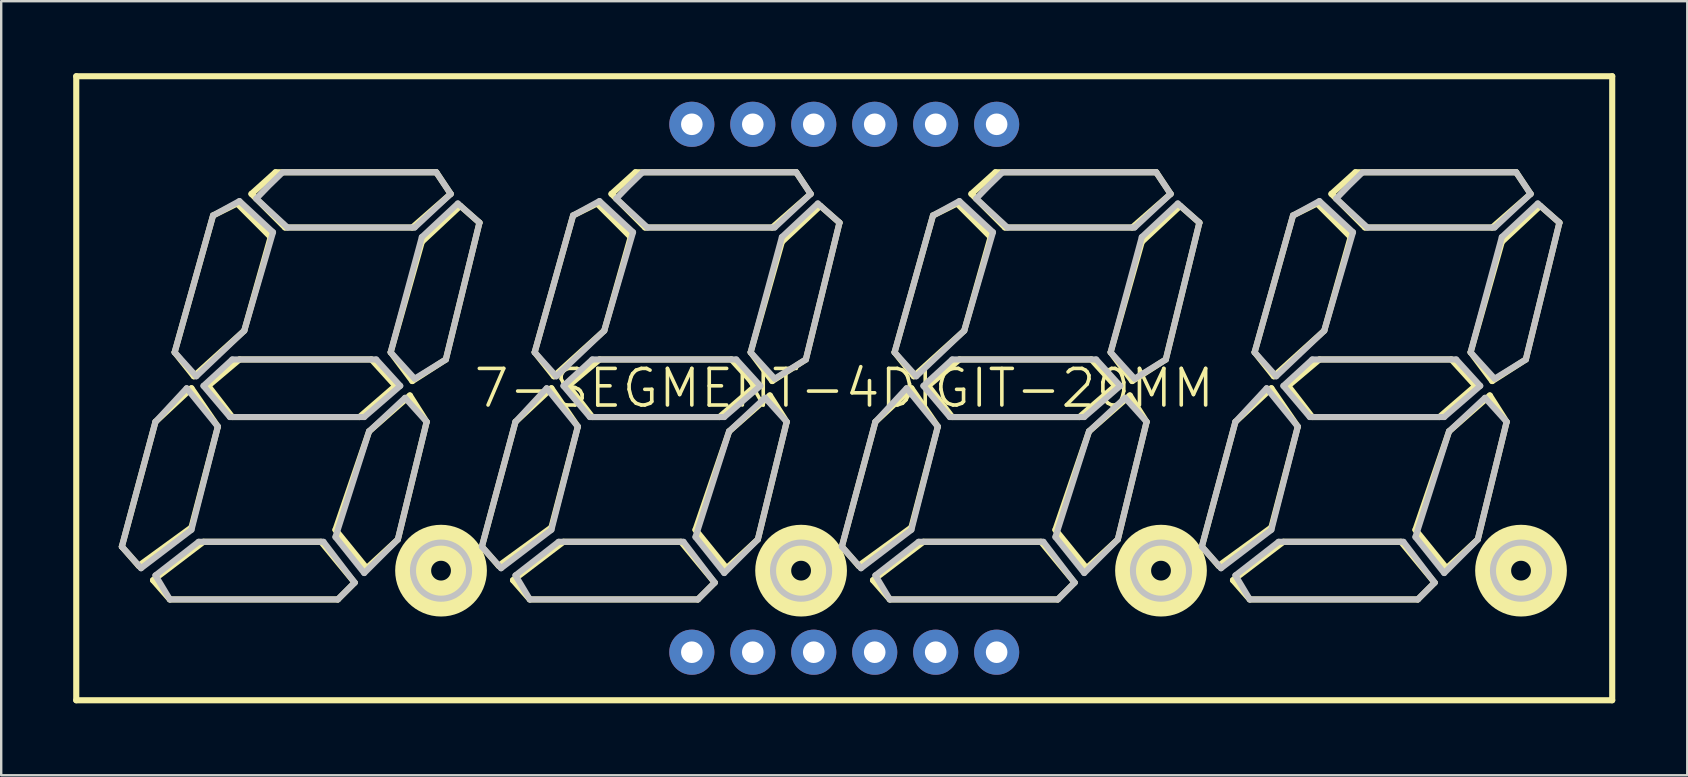
<source format=kicad_pcb>
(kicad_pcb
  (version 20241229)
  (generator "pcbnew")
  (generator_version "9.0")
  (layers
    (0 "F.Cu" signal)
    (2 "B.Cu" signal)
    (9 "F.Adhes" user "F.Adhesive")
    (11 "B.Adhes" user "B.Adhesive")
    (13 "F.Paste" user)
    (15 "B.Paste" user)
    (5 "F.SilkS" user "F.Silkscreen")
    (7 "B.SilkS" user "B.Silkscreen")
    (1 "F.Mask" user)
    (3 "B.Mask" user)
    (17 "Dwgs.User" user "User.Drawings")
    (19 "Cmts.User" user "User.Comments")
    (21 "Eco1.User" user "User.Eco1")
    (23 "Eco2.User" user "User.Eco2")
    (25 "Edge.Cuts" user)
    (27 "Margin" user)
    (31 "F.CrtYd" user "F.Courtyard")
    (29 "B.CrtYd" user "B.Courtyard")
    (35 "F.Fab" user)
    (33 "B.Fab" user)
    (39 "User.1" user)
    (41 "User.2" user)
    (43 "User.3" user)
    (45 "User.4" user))
  (footprint "7-SEGMENT-4DIGIT-20MM"
    (layer "F.Cu")
    (at 32.126 13.127)
    (property "Reference" "7-SEGMENT-4DIGIT-20MM" (at 0 0 0) (layer "F.SilkS") (effects (font (size 1.524 1.524) (thickness 0.15))))
    (attr exclude_from_pos_files exclude_from_bom)
    (fp_line (start -31.999 -13) (end 31.999 -13) (stroke (width 0.254) (type solid)) (layer "F.SilkS"))
    (fp_line (start -31.999 13) (end -31.999 -13) (stroke (width 0.254) (type solid)) (layer "F.SilkS"))
    (fp_line (start -30.099 6.599) (end -28.699 1.4) (stroke (width 0.254) (type solid)) (layer "F.SilkS"))
    (fp_line (start -29.398 7.399) (end -30.099 6.599) (stroke (width 0.254) (type solid)) (layer "F.SilkS"))
    (fp_line (start -28.799 7.998) (end -26.698 6.398) (stroke (width 0.254) (type solid)) (layer "F.SilkS"))
    (fp_line (start -28.699 1.4) (end -27.198 0) (stroke (width 0.254) (type solid)) (layer "F.SilkS"))
    (fp_line (start -28.097 8.799) (end -28.799 7.998) (stroke (width 0.254) (type solid)) (layer "F.SilkS"))
    (fp_line (start -27.899 -1.499) (end -27.099 -0.498) (stroke (width 0.254) (type solid)) (layer "F.SilkS"))
    (fp_line (start -27.198 0) (end -26.099 1.598) (stroke (width 0.254) (type solid)) (layer "F.SilkS"))
    (fp_line (start -27.198 5.799) (end -29.398 7.399) (stroke (width 0.254) (type solid)) (layer "F.SilkS"))
    (fp_line (start -27.099 -0.498) (end -24.999 -2.398) (stroke (width 0.254) (type solid)) (layer "F.SilkS"))
    (fp_line (start -26.698 6.398) (end -21.798 6.398) (stroke (width 0.254) (type solid)) (layer "F.SilkS"))
    (fp_line (start -26.5 -0.099) (end -25.199 -1.199) (stroke (width 0.254) (type solid)) (layer "F.SilkS"))
    (fp_line (start -26.299 -7.198) (end -27.899 -1.499) (stroke (width 0.254) (type solid)) (layer "F.SilkS"))
    (fp_line (start -26.099 1.598) (end -27.198 5.799) (stroke (width 0.254) (type solid)) (layer "F.SilkS"))
    (fp_line (start -25.499 1.199) (end -26.5 -0.099) (stroke (width 0.254) (type solid)) (layer "F.SilkS"))
    (fp_line (start -25.298 -7.699) (end -26.299 -7.198) (stroke (width 0.254) (type solid)) (layer "F.SilkS"))
    (fp_line (start -25.199 -1.199) (end -19.698 -1.199) (stroke (width 0.254) (type solid)) (layer "F.SilkS"))
    (fp_line (start -24.999 -2.398) (end -23.899 -6.299) (stroke (width 0.254) (type solid)) (layer "F.SilkS"))
    (fp_line (start -24.699 -8.098) (end -23.698 -8.999) (stroke (width 0.254) (type solid)) (layer "F.SilkS"))
    (fp_line (start -23.899 -6.299) (end -25.298 -7.699) (stroke (width 0.254) (type solid)) (layer "F.SilkS"))
    (fp_line (start -23.698 -8.999) (end -16.998 -8.999) (stroke (width 0.254) (type solid)) (layer "F.SilkS"))
    (fp_line (start -23.299 -6.698) (end -24.699 -8.098) (stroke (width 0.254) (type solid)) (layer "F.SilkS"))
    (fp_line (start -21.798 6.398) (end -20.399 8.098) (stroke (width 0.254) (type solid)) (layer "F.SilkS"))
    (fp_line (start -21.199 5.898) (end -19.799 1.798) (stroke (width 0.254) (type solid)) (layer "F.SilkS"))
    (fp_line (start -21.1 8.799) (end -28.097 8.799) (stroke (width 0.254) (type solid)) (layer "F.SilkS"))
    (fp_line (start -20.399 8.098) (end -21.1 8.799) (stroke (width 0.254) (type solid)) (layer "F.SilkS"))
    (fp_line (start -20.198 1.199) (end -25.499 1.199) (stroke (width 0.254) (type solid)) (layer "F.SilkS"))
    (fp_line (start -19.898 7.498) (end -21.199 5.898) (stroke (width 0.254) (type solid)) (layer "F.SilkS"))
    (fp_line (start -19.799 1.798) (end -18.098 0.3) (stroke (width 0.254) (type solid)) (layer "F.SilkS"))
    (fp_line (start -19.698 -1.199) (end -18.699 -0.099) (stroke (width 0.254) (type solid)) (layer "F.SilkS"))
    (fp_line (start -18.898 -1.499) (end -17.6 -6.099) (stroke (width 0.254) (type solid)) (layer "F.SilkS"))
    (fp_line (start -18.699 -0.099) (end -20.198 1.199) (stroke (width 0.254) (type solid)) (layer "F.SilkS"))
    (fp_line (start -18.598 6.299) (end -19.898 7.498) (stroke (width 0.254) (type solid)) (layer "F.SilkS"))
    (fp_line (start -18.098 0.3) (end -17.399 1.4) (stroke (width 0.254) (type solid)) (layer "F.SilkS"))
    (fp_line (start -17.998 -6.698) (end -23.299 -6.698) (stroke (width 0.254) (type solid)) (layer "F.SilkS"))
    (fp_line (start -17.998 -0.3) (end -18.898 -1.499) (stroke (width 0.254) (type solid)) (layer "F.SilkS"))
    (fp_line (start -17.6 -6.099) (end -15.999 -7.6) (stroke (width 0.254) (type solid)) (layer "F.SilkS"))
    (fp_line (start -17.399 1.4) (end -18.598 6.299) (stroke (width 0.254) (type solid)) (layer "F.SilkS"))
    (fp_line (start -16.998 -8.999) (end -16.398 -8.098) (stroke (width 0.254) (type solid)) (layer "F.SilkS"))
    (fp_line (start -16.599 -1.199) (end -17.998 -0.3) (stroke (width 0.254) (type solid)) (layer "F.SilkS"))
    (fp_line (start -16.398 -8.098) (end -17.998 -6.698) (stroke (width 0.254) (type solid)) (layer "F.SilkS"))
    (fp_line (start -15.999 -7.6) (end -15.199 -6.899) (stroke (width 0.254) (type solid)) (layer "F.SilkS"))
    (fp_line (start -15.199 -6.899) (end -16.599 -1.199) (stroke (width 0.254) (type solid)) (layer "F.SilkS"))
    (fp_line (start -15.098 6.599) (end -13.698 1.4) (stroke (width 0.254) (type solid)) (layer "F.SilkS"))
    (fp_line (start -14.399 7.399) (end -15.098 6.599) (stroke (width 0.254) (type solid)) (layer "F.SilkS"))
    (fp_line (start -13.8 7.998) (end -11.699 6.398) (stroke (width 0.254) (type solid)) (layer "F.SilkS"))
    (fp_line (start -13.698 1.4) (end -12.2 0) (stroke (width 0.254) (type solid)) (layer "F.SilkS"))
    (fp_line (start -13.099 8.799) (end -13.8 7.998) (stroke (width 0.254) (type solid)) (layer "F.SilkS"))
    (fp_line (start -12.898 -1.499) (end -12.098 -0.498) (stroke (width 0.254) (type solid)) (layer "F.SilkS"))
    (fp_line (start -12.2 0) (end -11.1 1.598) (stroke (width 0.254) (type solid)) (layer "F.SilkS"))
    (fp_line (start -12.2 5.799) (end -14.399 7.399) (stroke (width 0.254) (type solid)) (layer "F.SilkS"))
    (fp_line (start -12.098 -0.498) (end -10 -2.398) (stroke (width 0.254) (type solid)) (layer "F.SilkS"))
    (fp_line (start -11.699 6.398) (end -6.8 6.398) (stroke (width 0.254) (type solid)) (layer "F.SilkS"))
    (fp_line (start -11.499 -0.099) (end -10.198 -1.199) (stroke (width 0.254) (type solid)) (layer "F.SilkS"))
    (fp_line (start -11.298 -7.198) (end -12.898 -1.499) (stroke (width 0.254) (type solid)) (layer "F.SilkS"))
    (fp_line (start -11.1 1.598) (end -12.2 5.799) (stroke (width 0.254) (type solid)) (layer "F.SilkS"))
    (fp_line (start -10.498 1.199) (end -11.499 -0.099) (stroke (width 0.254) (type solid)) (layer "F.SilkS"))
    (fp_line (start -10.3 -7.699) (end -11.298 -7.198) (stroke (width 0.254) (type solid)) (layer "F.SilkS"))
    (fp_line (start -10.198 -1.199) (end -4.699 -1.199) (stroke (width 0.254) (type solid)) (layer "F.SilkS"))
    (fp_line (start -10 -2.398) (end -8.898 -6.299) (stroke (width 0.254) (type solid)) (layer "F.SilkS"))
    (fp_line (start -9.698 -8.098) (end -8.7 -8.999) (stroke (width 0.254) (type solid)) (layer "F.SilkS"))
    (fp_line (start -8.898 -6.299) (end -10.3 -7.699) (stroke (width 0.254) (type solid)) (layer "F.SilkS"))
    (fp_line (start -8.7 -8.999) (end -1.999 -8.999) (stroke (width 0.254) (type solid)) (layer "F.SilkS"))
    (fp_line (start -8.298 -6.698) (end -9.698 -8.098) (stroke (width 0.254) (type solid)) (layer "F.SilkS"))
    (fp_line (start -6.8 6.398) (end -5.397 8.098) (stroke (width 0.254) (type solid)) (layer "F.SilkS"))
    (fp_line (start -6.198 5.898) (end -4.798 1.798) (stroke (width 0.254) (type solid)) (layer "F.SilkS"))
    (fp_line (start -6.099 8.799) (end -13.099 8.799) (stroke (width 0.254) (type solid)) (layer "F.SilkS"))
    (fp_line (start -5.397 8.098) (end -6.099 8.799) (stroke (width 0.254) (type solid)) (layer "F.SilkS"))
    (fp_line (start -5.199 1.199) (end -10.498 1.199) (stroke (width 0.254) (type solid)) (layer "F.SilkS"))
    (fp_line (start -4.9 7.498) (end -6.198 5.898) (stroke (width 0.254) (type solid)) (layer "F.SilkS"))
    (fp_line (start -4.798 1.798) (end -3.099 0.3) (stroke (width 0.254) (type solid)) (layer "F.SilkS"))
    (fp_line (start -4.699 -1.199) (end -3.698 -0.099) (stroke (width 0.254) (type solid)) (layer "F.SilkS"))
    (fp_line (start -3.899 -1.499) (end -2.598 -6.099) (stroke (width 0.254) (type solid)) (layer "F.SilkS"))
    (fp_line (start -3.698 -0.099) (end -5.199 1.199) (stroke (width 0.254) (type solid)) (layer "F.SilkS"))
    (fp_line (start -3.599 6.299) (end -4.9 7.498) (stroke (width 0.254) (type solid)) (layer "F.SilkS"))
    (fp_line (start -3.099 0.3) (end -2.398 1.4) (stroke (width 0.254) (type solid)) (layer "F.SilkS"))
    (fp_line (start -3 -6.698) (end -8.298 -6.698) (stroke (width 0.254) (type solid)) (layer "F.SilkS"))
    (fp_line (start -3 -0.3) (end -3.899 -1.499) (stroke (width 0.254) (type solid)) (layer "F.SilkS"))
    (fp_line (start -2.598 -6.099) (end -0.998 -7.6) (stroke (width 0.254) (type solid)) (layer "F.SilkS"))
    (fp_line (start -2.398 1.4) (end -3.599 6.299) (stroke (width 0.254) (type solid)) (layer "F.SilkS"))
    (fp_line (start -1.999 -8.999) (end -1.4 -8.098) (stroke (width 0.254) (type solid)) (layer "F.SilkS"))
    (fp_line (start -1.598 -1.199) (end -3 -0.3) (stroke (width 0.254) (type solid)) (layer "F.SilkS"))
    (fp_line (start -1.4 -8.098) (end -3 -6.698) (stroke (width 0.254) (type solid)) (layer "F.SilkS"))
    (fp_line (start -0.998 -7.6) (end -0.198 -6.899) (stroke (width 0.254) (type solid)) (layer "F.SilkS"))
    (fp_line (start -0.198 -6.899) (end -1.598 -1.199) (stroke (width 0.254) (type solid)) (layer "F.SilkS"))
    (fp_line (start -0.099 6.599) (end 1.298 1.4) (stroke (width 0.254) (type solid)) (layer "F.SilkS"))
    (fp_line (start 0.599 7.399) (end -0.099 6.599) (stroke (width 0.254) (type solid)) (layer "F.SilkS"))
    (fp_line (start 1.199 7.998) (end 3.299 6.398) (stroke (width 0.254) (type solid)) (layer "F.SilkS"))
    (fp_line (start 1.298 1.4) (end 2.799 0) (stroke (width 0.254) (type solid)) (layer "F.SilkS"))
    (fp_line (start 1.9 8.799) (end 1.199 7.998) (stroke (width 0.254) (type solid)) (layer "F.SilkS"))
    (fp_line (start 2.098 -1.499) (end 2.898 -0.498) (stroke (width 0.254) (type solid)) (layer "F.SilkS"))
    (fp_line (start 2.799 0) (end 3.899 1.598) (stroke (width 0.254) (type solid)) (layer "F.SilkS"))
    (fp_line (start 2.799 5.799) (end 0.599 7.399) (stroke (width 0.254) (type solid)) (layer "F.SilkS"))
    (fp_line (start 2.898 -0.498) (end 4.999 -2.398) (stroke (width 0.254) (type solid)) (layer "F.SilkS"))
    (fp_line (start 3.299 6.398) (end 8.199 6.398) (stroke (width 0.254) (type solid)) (layer "F.SilkS"))
    (fp_line (start 3.498 -0.099) (end 4.798 -1.199) (stroke (width 0.254) (type solid)) (layer "F.SilkS"))
    (fp_line (start 3.698 -7.198) (end 2.098 -1.499) (stroke (width 0.254) (type solid)) (layer "F.SilkS"))
    (fp_line (start 3.899 1.598) (end 2.799 5.799) (stroke (width 0.254) (type solid)) (layer "F.SilkS"))
    (fp_line (start 4.498 1.199) (end 3.498 -0.099) (stroke (width 0.254) (type solid)) (layer "F.SilkS"))
    (fp_line (start 4.699 -7.699) (end 3.698 -7.198) (stroke (width 0.254) (type solid)) (layer "F.SilkS"))
    (fp_line (start 4.798 -1.199) (end 10.3 -1.199) (stroke (width 0.254) (type solid)) (layer "F.SilkS"))
    (fp_line (start 4.999 -2.398) (end 6.099 -6.299) (stroke (width 0.254) (type solid)) (layer "F.SilkS"))
    (fp_line (start 5.298 -8.098) (end 6.299 -8.999) (stroke (width 0.254) (type solid)) (layer "F.SilkS"))
    (fp_line (start 6.099 -6.299) (end 4.699 -7.699) (stroke (width 0.254) (type solid)) (layer "F.SilkS"))
    (fp_line (start 6.299 -8.999) (end 13 -8.999) (stroke (width 0.254) (type solid)) (layer "F.SilkS"))
    (fp_line (start 6.698 -6.698) (end 5.298 -8.098) (stroke (width 0.254) (type solid)) (layer "F.SilkS"))
    (fp_line (start 8.199 6.398) (end 9.599 8.098) (stroke (width 0.254) (type solid)) (layer "F.SilkS"))
    (fp_line (start 8.799 5.898) (end 10.198 1.798) (stroke (width 0.254) (type solid)) (layer "F.SilkS"))
    (fp_line (start 8.898 8.799) (end 1.9 8.799) (stroke (width 0.254) (type solid)) (layer "F.SilkS"))
    (fp_line (start 9.599 8.098) (end 8.898 8.799) (stroke (width 0.254) (type solid)) (layer "F.SilkS"))
    (fp_line (start 9.799 1.199) (end 4.498 1.199) (stroke (width 0.254) (type solid)) (layer "F.SilkS"))
    (fp_line (start 10.099 7.498) (end 8.799 5.898) (stroke (width 0.254) (type solid)) (layer "F.SilkS"))
    (fp_line (start 10.198 1.798) (end 11.9 0.3) (stroke (width 0.254) (type solid)) (layer "F.SilkS"))
    (fp_line (start 10.3 -1.199) (end 11.298 -0.099) (stroke (width 0.254) (type solid)) (layer "F.SilkS"))
    (fp_line (start 11.1 -1.499) (end 12.398 -6.099) (stroke (width 0.254) (type solid)) (layer "F.SilkS"))
    (fp_line (start 11.298 -0.099) (end 9.799 1.199) (stroke (width 0.254) (type solid)) (layer "F.SilkS"))
    (fp_line (start 11.4 6.299) (end 10.099 7.498) (stroke (width 0.254) (type solid)) (layer "F.SilkS"))
    (fp_line (start 11.9 0.3) (end 12.598 1.4) (stroke (width 0.254) (type solid)) (layer "F.SilkS"))
    (fp_line (start 11.999 -6.698) (end 6.698 -6.698) (stroke (width 0.254) (type solid)) (layer "F.SilkS"))
    (fp_line (start 11.999 -0.3) (end 11.1 -1.499) (stroke (width 0.254) (type solid)) (layer "F.SilkS"))
    (fp_line (start 12.398 -6.099) (end 13.998 -7.6) (stroke (width 0.254) (type solid)) (layer "F.SilkS"))
    (fp_line (start 12.598 1.4) (end 11.4 6.299) (stroke (width 0.254) (type solid)) (layer "F.SilkS"))
    (fp_line (start 13 -8.999) (end 13.599 -8.098) (stroke (width 0.254) (type solid)) (layer "F.SilkS"))
    (fp_line (start 13.399 -1.199) (end 11.999 -0.3) (stroke (width 0.254) (type solid)) (layer "F.SilkS"))
    (fp_line (start 13.599 -8.098) (end 11.999 -6.698) (stroke (width 0.254) (type solid)) (layer "F.SilkS"))
    (fp_line (start 13.998 -7.6) (end 14.798 -6.899) (stroke (width 0.254) (type solid)) (layer "F.SilkS"))
    (fp_line (start 14.798 -6.899) (end 13.399 -1.199) (stroke (width 0.254) (type solid)) (layer "F.SilkS"))
    (fp_line (start 14.9 6.599) (end 16.299 1.4) (stroke (width 0.254) (type solid)) (layer "F.SilkS"))
    (fp_line (start 15.598 7.399) (end 14.9 6.599) (stroke (width 0.254) (type solid)) (layer "F.SilkS"))
    (fp_line (start 16.198 7.998) (end 18.298 6.398) (stroke (width 0.254) (type solid)) (layer "F.SilkS"))
    (fp_line (start 16.299 1.4) (end 17.798 0) (stroke (width 0.254) (type solid)) (layer "F.SilkS"))
    (fp_line (start 16.899 8.799) (end 16.198 7.998) (stroke (width 0.254) (type solid)) (layer "F.SilkS"))
    (fp_line (start 17.099 -1.499) (end 17.899 -0.498) (stroke (width 0.254) (type solid)) (layer "F.SilkS"))
    (fp_line (start 17.798 0) (end 18.898 1.598) (stroke (width 0.254) (type solid)) (layer "F.SilkS"))
    (fp_line (start 17.798 5.799) (end 15.598 7.399) (stroke (width 0.254) (type solid)) (layer "F.SilkS"))
    (fp_line (start 17.899 -0.498) (end 20 -2.398) (stroke (width 0.254) (type solid)) (layer "F.SilkS"))
    (fp_line (start 18.298 6.398) (end 23.198 6.398) (stroke (width 0.254) (type solid)) (layer "F.SilkS"))
    (fp_line (start 18.499 -0.099) (end 19.799 -1.199) (stroke (width 0.254) (type solid)) (layer "F.SilkS"))
    (fp_line (start 18.699 -7.198) (end 17.099 -1.499) (stroke (width 0.254) (type solid)) (layer "F.SilkS"))
    (fp_line (start 18.898 1.598) (end 17.798 5.799) (stroke (width 0.254) (type solid)) (layer "F.SilkS"))
    (fp_line (start 19.5 1.199) (end 18.499 -0.099) (stroke (width 0.254) (type solid)) (layer "F.SilkS"))
    (fp_line (start 19.698 -7.699) (end 18.699 -7.198) (stroke (width 0.254) (type solid)) (layer "F.SilkS"))
    (fp_line (start 19.799 -1.199) (end 25.298 -1.199) (stroke (width 0.254) (type solid)) (layer "F.SilkS"))
    (fp_line (start 20 -2.398) (end 21.1 -6.299) (stroke (width 0.254) (type solid)) (layer "F.SilkS"))
    (fp_line (start 20.3 -8.098) (end 21.298 -8.999) (stroke (width 0.254) (type solid)) (layer "F.SilkS"))
    (fp_line (start 21.1 -6.299) (end 19.698 -7.699) (stroke (width 0.254) (type solid)) (layer "F.SilkS"))
    (fp_line (start 21.298 -8.999) (end 27.998 -8.999) (stroke (width 0.254) (type solid)) (layer "F.SilkS"))
    (fp_line (start 21.699 -6.698) (end 20.3 -8.098) (stroke (width 0.254) (type solid)) (layer "F.SilkS"))
    (fp_line (start 23.198 6.398) (end 24.6 8.098) (stroke (width 0.254) (type solid)) (layer "F.SilkS"))
    (fp_line (start 23.8 5.898) (end 25.199 1.798) (stroke (width 0.254) (type solid)) (layer "F.SilkS"))
    (fp_line (start 23.899 8.799) (end 16.899 8.799) (stroke (width 0.254) (type solid)) (layer "F.SilkS"))
    (fp_line (start 24.6 8.098) (end 23.899 8.799) (stroke (width 0.254) (type solid)) (layer "F.SilkS"))
    (fp_line (start 24.798 1.199) (end 19.5 1.199) (stroke (width 0.254) (type solid)) (layer "F.SilkS"))
    (fp_line (start 25.098 7.498) (end 23.8 5.898) (stroke (width 0.254) (type solid)) (layer "F.SilkS"))
    (fp_line (start 25.199 1.798) (end 26.899 0.3) (stroke (width 0.254) (type solid)) (layer "F.SilkS"))
    (fp_line (start 25.298 -1.199) (end 26.299 -0.099) (stroke (width 0.254) (type solid)) (layer "F.SilkS"))
    (fp_line (start 26.099 -1.499) (end 27.399 -6.099) (stroke (width 0.254) (type solid)) (layer "F.SilkS"))
    (fp_line (start 26.299 -0.099) (end 24.798 1.199) (stroke (width 0.254) (type solid)) (layer "F.SilkS"))
    (fp_line (start 26.398 6.299) (end 25.098 7.498) (stroke (width 0.254) (type solid)) (layer "F.SilkS"))
    (fp_line (start 26.899 0.3) (end 27.6 1.4) (stroke (width 0.254) (type solid)) (layer "F.SilkS"))
    (fp_line (start 26.998 -6.698) (end 21.699 -6.698) (stroke (width 0.254) (type solid)) (layer "F.SilkS"))
    (fp_line (start 26.998 -0.3) (end 26.099 -1.499) (stroke (width 0.254) (type solid)) (layer "F.SilkS"))
    (fp_line (start 27.399 -6.099) (end 28.999 -7.6) (stroke (width 0.254) (type solid)) (layer "F.SilkS"))
    (fp_line (start 27.6 1.4) (end 26.398 6.299) (stroke (width 0.254) (type solid)) (layer "F.SilkS"))
    (fp_line (start 27.998 -8.999) (end 28.598 -8.098) (stroke (width 0.254) (type solid)) (layer "F.SilkS"))
    (fp_line (start 28.4 -1.199) (end 26.998 -0.3) (stroke (width 0.254) (type solid)) (layer "F.SilkS"))
    (fp_line (start 28.598 -8.098) (end 26.998 -6.698) (stroke (width 0.254) (type solid)) (layer "F.SilkS"))
    (fp_line (start 28.999 -7.6) (end 29.799 -6.899) (stroke (width 0.254) (type solid)) (layer "F.SilkS"))
    (fp_line (start 29.799 -6.899) (end 28.4 -1.199) (stroke (width 0.254) (type solid)) (layer "F.SilkS"))
    (fp_line (start 31.999 -13) (end 31.999 13) (stroke (width 0.254) (type solid)) (layer "F.SilkS"))
    (fp_line (start 31.999 13) (end -31.999 13) (stroke (width 0.254) (type solid)) (layer "F.SilkS"))
    (fp_circle (center -16.8 7.6) (end -16.8 7.188) (stroke (width 1.499) (type solid)) (fill no) (layer "F.SilkS"))
    (fp_circle (center -1.798 7.6) (end -1.798 7.188) (stroke (width 1.499) (type solid)) (fill no) (layer "F.SilkS"))
    (fp_circle (center 13.198 7.6) (end 13.198 7.188) (stroke (width 1.499) (type solid)) (fill no) (layer "F.SilkS"))
    (fp_circle (center 28.199 7.6) (end 28.199 7.188) (stroke (width 1.499) (type solid)) (fill no) (layer "F.SilkS"))
    (fp_line (start -30.099 6.599) (end -28.699 1.4) (stroke (width 0.254) (type solid)) (layer "Dwgs.User"))
    (fp_line (start -29.299 7.498) (end -30.099 6.599) (stroke (width 0.254) (type solid)) (layer "Dwgs.User"))
    (fp_line (start -28.699 1.4) (end -27.399 0) (stroke (width 0.254) (type solid)) (layer "Dwgs.User"))
    (fp_line (start -28.699 7.798) (end -26.899 6.398) (stroke (width 0.254) (type solid)) (layer "Dwgs.User"))
    (fp_line (start -28.097 8.799) (end -28.699 7.798) (stroke (width 0.254) (type solid)) (layer "Dwgs.User"))
    (fp_line (start -27.899 -1.499) (end -26.299 -7.198) (stroke (width 0.254) (type solid)) (layer "Dwgs.User"))
    (fp_line (start -27.399 0) (end -26.099 1.598) (stroke (width 0.254) (type solid)) (layer "Dwgs.User"))
    (fp_line (start -27.198 5.898) (end -29.299 7.498) (stroke (width 0.254) (type solid)) (layer "Dwgs.User"))
    (fp_line (start -26.998 -0.498) (end -27.899 -1.499) (stroke (width 0.254) (type solid)) (layer "Dwgs.User"))
    (fp_line (start -26.899 6.398) (end -21.699 6.398) (stroke (width 0.254) (type solid)) (layer "Dwgs.User"))
    (fp_line (start -26.698 -0.099) (end -25.499 -1.199) (stroke (width 0.254) (type solid)) (layer "Dwgs.User"))
    (fp_line (start -26.299 -7.198) (end -25.199 -7.798) (stroke (width 0.254) (type solid)) (layer "Dwgs.User"))
    (fp_line (start -26.099 1.598) (end -27.198 5.898) (stroke (width 0.254) (type solid)) (layer "Dwgs.User"))
    (fp_line (start -25.598 1.199) (end -26.698 -0.099) (stroke (width 0.254) (type solid)) (layer "Dwgs.User"))
    (fp_line (start -25.499 -1.199) (end -19.5 -1.199) (stroke (width 0.254) (type solid)) (layer "Dwgs.User"))
    (fp_line (start -25.199 -7.798) (end -23.8 -6.5) (stroke (width 0.254) (type solid)) (layer "Dwgs.User"))
    (fp_line (start -24.999 -2.398) (end -26.998 -0.498) (stroke (width 0.254) (type solid)) (layer "Dwgs.User"))
    (fp_line (start -23.8 -6.5) (end -24.999 -2.398) (stroke (width 0.254) (type solid)) (layer "Dwgs.User"))
    (fp_line (start -23.398 -8.999) (end -16.998 -8.999) (stroke (width 0.254) (type solid)) (layer "Dwgs.User"))
    (fp_line (start -23.198 -6.698) (end -24.498 -7.899) (stroke (width 0.254) (type solid)) (layer "Dwgs.User"))
    (fp_line (start -21.699 6.398) (end -20.399 8.098) (stroke (width 0.254) (type solid)) (layer "Dwgs.User"))
    (fp_line (start -21.199 6.198) (end -19.799 1.798) (stroke (width 0.254) (type solid)) (layer "Dwgs.User"))
    (fp_line (start -21.1 8.799) (end -28.097 8.799) (stroke (width 0.254) (type solid)) (layer "Dwgs.User"))
    (fp_line (start -20.399 8.098) (end -21.1 8.799) (stroke (width 0.254) (type solid)) (layer "Dwgs.User"))
    (fp_line (start -20 1.199) (end -25.598 1.199) (stroke (width 0.254) (type solid)) (layer "Dwgs.User"))
    (fp_line (start -20 7.699) (end -21.199 6.198) (stroke (width 0.254) (type solid)) (layer "Dwgs.User"))
    (fp_line (start -19.799 1.798) (end -18.298 0.399) (stroke (width 0.254) (type solid)) (layer "Dwgs.User"))
    (fp_line (start -19.5 -1.199) (end -18.499 -0.099) (stroke (width 0.254) (type solid)) (layer "Dwgs.User"))
    (fp_line (start -18.898 -1.499) (end -17.6 -6.299) (stroke (width 0.254) (type solid)) (layer "Dwgs.User"))
    (fp_line (start -18.598 6.299) (end -20 7.699) (stroke (width 0.254) (type solid)) (layer "Dwgs.User"))
    (fp_line (start -18.499 -0.099) (end -20 1.199) (stroke (width 0.254) (type solid)) (layer "Dwgs.User"))
    (fp_line (start -18.298 0.399) (end -17.399 1.4) (stroke (width 0.254) (type solid)) (layer "Dwgs.User"))
    (fp_line (start -17.899 -6.698) (end -23.198 -6.698) (stroke (width 0.254) (type solid)) (layer "Dwgs.User"))
    (fp_line (start -17.899 -0.399) (end -18.898 -1.499) (stroke (width 0.254) (type solid)) (layer "Dwgs.User"))
    (fp_line (start -17.6 -6.299) (end -16.099 -7.699) (stroke (width 0.254) (type solid)) (layer "Dwgs.User"))
    (fp_line (start -17.399 1.4) (end -18.598 6.299) (stroke (width 0.254) (type solid)) (layer "Dwgs.User"))
    (fp_line (start -16.998 -8.999) (end -16.398 -8.098) (stroke (width 0.254) (type solid)) (layer "Dwgs.User"))
    (fp_line (start -16.599 -1.199) (end -17.899 -0.399) (stroke (width 0.254) (type solid)) (layer "Dwgs.User"))
    (fp_line (start -16.398 -8.098) (end -17.899 -6.698) (stroke (width 0.254) (type solid)) (layer "Dwgs.User"))
    (fp_line (start -16.099 -7.699) (end -15.199 -6.899) (stroke (width 0.254) (type solid)) (layer "Dwgs.User"))
    (fp_line (start -15.199 -6.899) (end -16.599 -1.199) (stroke (width 0.254) (type solid)) (layer "Dwgs.User"))
    (fp_line (start -15.098 6.599) (end -13.698 1.4) (stroke (width 0.254) (type solid)) (layer "Dwgs.User"))
    (fp_line (start -14.298 7.498) (end -15.098 6.599) (stroke (width 0.254) (type solid)) (layer "Dwgs.User"))
    (fp_line (start -13.698 1.4) (end -12.398 0) (stroke (width 0.254) (type solid)) (layer "Dwgs.User"))
    (fp_line (start -13.698 7.798) (end -11.9 6.398) (stroke (width 0.254) (type solid)) (layer "Dwgs.User"))
    (fp_line (start -13.099 8.799) (end -13.698 7.798) (stroke (width 0.254) (type solid)) (layer "Dwgs.User"))
    (fp_line (start -12.898 -1.499) (end -11.298 -7.198) (stroke (width 0.254) (type solid)) (layer "Dwgs.User"))
    (fp_line (start -12.398 0) (end -11.1 1.598) (stroke (width 0.254) (type solid)) (layer "Dwgs.User"))
    (fp_line (start -12.2 5.898) (end -14.298 7.498) (stroke (width 0.254) (type solid)) (layer "Dwgs.User"))
    (fp_line (start -11.999 -0.498) (end -12.898 -1.499) (stroke (width 0.254) (type solid)) (layer "Dwgs.User"))
    (fp_line (start -11.9 6.398) (end -6.698 6.398) (stroke (width 0.254) (type solid)) (layer "Dwgs.User"))
    (fp_line (start -11.699 -0.099) (end -10.498 -1.199) (stroke (width 0.254) (type solid)) (layer "Dwgs.User"))
    (fp_line (start -11.298 -7.198) (end -10.198 -7.798) (stroke (width 0.254) (type solid)) (layer "Dwgs.User"))
    (fp_line (start -11.1 1.598) (end -12.2 5.898) (stroke (width 0.254) (type solid)) (layer "Dwgs.User"))
    (fp_line (start -10.599 1.199) (end -11.699 -0.099) (stroke (width 0.254) (type solid)) (layer "Dwgs.User"))
    (fp_line (start -10.498 -1.199) (end -4.498 -1.199) (stroke (width 0.254) (type solid)) (layer "Dwgs.User"))
    (fp_line (start -10.198 -7.798) (end -8.799 -6.5) (stroke (width 0.254) (type solid)) (layer "Dwgs.User"))
    (fp_line (start -10 -2.398) (end -11.999 -0.498) (stroke (width 0.254) (type solid)) (layer "Dwgs.User"))
    (fp_line (start -8.799 -6.5) (end -10 -2.398) (stroke (width 0.254) (type solid)) (layer "Dwgs.User"))
    (fp_line (start -8.4 -8.999) (end -1.999 -8.999) (stroke (width 0.254) (type solid)) (layer "Dwgs.User"))
    (fp_line (start -8.199 -6.698) (end -9.5 -7.899) (stroke (width 0.254) (type solid)) (layer "Dwgs.User"))
    (fp_line (start -6.698 6.398) (end -5.397 8.098) (stroke (width 0.254) (type solid)) (layer "Dwgs.User"))
    (fp_line (start -6.198 6.198) (end -4.798 1.798) (stroke (width 0.254) (type solid)) (layer "Dwgs.User"))
    (fp_line (start -6.099 8.799) (end -13.099 8.799) (stroke (width 0.254) (type solid)) (layer "Dwgs.User"))
    (fp_line (start -5.397 8.098) (end -6.099 8.799) (stroke (width 0.254) (type solid)) (layer "Dwgs.User"))
    (fp_line (start -4.999 1.199) (end -10.599 1.199) (stroke (width 0.254) (type solid)) (layer "Dwgs.User"))
    (fp_line (start -4.999 7.699) (end -6.198 6.198) (stroke (width 0.254) (type solid)) (layer "Dwgs.User"))
    (fp_line (start -4.798 1.798) (end -3.299 0.399) (stroke (width 0.254) (type solid)) (layer "Dwgs.User"))
    (fp_line (start -4.498 -1.199) (end -3.498 -0.099) (stroke (width 0.254) (type solid)) (layer "Dwgs.User"))
    (fp_line (start -3.899 -1.499) (end -2.598 -6.299) (stroke (width 0.254) (type solid)) (layer "Dwgs.User"))
    (fp_line (start -3.599 6.299) (end -4.999 7.699) (stroke (width 0.254) (type solid)) (layer "Dwgs.User"))
    (fp_line (start -3.498 -0.099) (end -4.999 1.199) (stroke (width 0.254) (type solid)) (layer "Dwgs.User"))
    (fp_line (start -3.299 0.399) (end -2.398 1.4) (stroke (width 0.254) (type solid)) (layer "Dwgs.User"))
    (fp_line (start -2.898 -6.698) (end -8.199 -6.698) (stroke (width 0.254) (type solid)) (layer "Dwgs.User"))
    (fp_line (start -2.898 -0.399) (end -3.899 -1.499) (stroke (width 0.254) (type solid)) (layer "Dwgs.User"))
    (fp_line (start -2.598 -6.299) (end -1.1 -7.699) (stroke (width 0.254) (type solid)) (layer "Dwgs.User"))
    (fp_line (start -2.398 1.4) (end -3.599 6.299) (stroke (width 0.254) (type solid)) (layer "Dwgs.User"))
    (fp_line (start -1.999 -8.999) (end -1.4 -8.098) (stroke (width 0.254) (type solid)) (layer "Dwgs.User"))
    (fp_line (start -1.598 -1.199) (end -2.898 -0.399) (stroke (width 0.254) (type solid)) (layer "Dwgs.User"))
    (fp_line (start -1.4 -8.098) (end -2.898 -6.698) (stroke (width 0.254) (type solid)) (layer "Dwgs.User"))
    (fp_line (start -1.1 -7.699) (end -0.198 -6.899) (stroke (width 0.254) (type solid)) (layer "Dwgs.User"))
    (fp_line (start -0.198 -6.899) (end -1.598 -1.199) (stroke (width 0.254) (type solid)) (layer "Dwgs.User"))
    (fp_line (start -0.099 6.599) (end 1.298 1.4) (stroke (width 0.254) (type solid)) (layer "Dwgs.User"))
    (fp_line (start 0.699 7.498) (end -0.099 6.599) (stroke (width 0.254) (type solid)) (layer "Dwgs.User"))
    (fp_line (start 1.298 1.4) (end 2.598 0) (stroke (width 0.254) (type solid)) (layer "Dwgs.User"))
    (fp_line (start 1.298 7.798) (end 3.099 6.398) (stroke (width 0.254) (type solid)) (layer "Dwgs.User"))
    (fp_line (start 1.9 8.799) (end 1.298 7.798) (stroke (width 0.254) (type solid)) (layer "Dwgs.User"))
    (fp_line (start 2.098 -1.499) (end 3.698 -7.198) (stroke (width 0.254) (type solid)) (layer "Dwgs.User"))
    (fp_line (start 2.598 0) (end 3.899 1.598) (stroke (width 0.254) (type solid)) (layer "Dwgs.User"))
    (fp_line (start 2.799 5.898) (end 0.699 7.498) (stroke (width 0.254) (type solid)) (layer "Dwgs.User"))
    (fp_line (start 3 -0.498) (end 2.098 -1.499) (stroke (width 0.254) (type solid)) (layer "Dwgs.User"))
    (fp_line (start 3.099 6.398) (end 8.298 6.398) (stroke (width 0.254) (type solid)) (layer "Dwgs.User"))
    (fp_line (start 3.299 -0.099) (end 4.498 -1.199) (stroke (width 0.254) (type solid)) (layer "Dwgs.User"))
    (fp_line (start 3.698 -7.198) (end 4.798 -7.798) (stroke (width 0.254) (type solid)) (layer "Dwgs.User"))
    (fp_line (start 3.899 1.598) (end 2.799 5.898) (stroke (width 0.254) (type solid)) (layer "Dwgs.User"))
    (fp_line (start 4.399 1.199) (end 3.299 -0.099) (stroke (width 0.254) (type solid)) (layer "Dwgs.User"))
    (fp_line (start 4.498 -1.199) (end 10.498 -1.199) (stroke (width 0.254) (type solid)) (layer "Dwgs.User"))
    (fp_line (start 4.798 -7.798) (end 6.198 -6.5) (stroke (width 0.254) (type solid)) (layer "Dwgs.User"))
    (fp_line (start 4.999 -2.398) (end 3 -0.498) (stroke (width 0.254) (type solid)) (layer "Dwgs.User"))
    (fp_line (start 6.198 -6.5) (end 4.999 -2.398) (stroke (width 0.254) (type solid)) (layer "Dwgs.User"))
    (fp_line (start 6.599 -8.999) (end 13 -8.999) (stroke (width 0.254) (type solid)) (layer "Dwgs.User"))
    (fp_line (start 6.8 -6.698) (end 5.499 -7.899) (stroke (width 0.254) (type solid)) (layer "Dwgs.User"))
    (fp_line (start 8.298 6.398) (end 9.599 8.098) (stroke (width 0.254) (type solid)) (layer "Dwgs.User"))
    (fp_line (start 8.799 6.198) (end 10.198 1.798) (stroke (width 0.254) (type solid)) (layer "Dwgs.User"))
    (fp_line (start 8.898 8.799) (end 1.9 8.799) (stroke (width 0.254) (type solid)) (layer "Dwgs.User"))
    (fp_line (start 9.599 8.098) (end 8.898 8.799) (stroke (width 0.254) (type solid)) (layer "Dwgs.User"))
    (fp_line (start 10 1.199) (end 4.399 1.199) (stroke (width 0.254) (type solid)) (layer "Dwgs.User"))
    (fp_line (start 10 7.699) (end 8.799 6.198) (stroke (width 0.254) (type solid)) (layer "Dwgs.User"))
    (fp_line (start 10.198 1.798) (end 11.699 0.399) (stroke (width 0.254) (type solid)) (layer "Dwgs.User"))
    (fp_line (start 10.498 -1.199) (end 11.499 -0.099) (stroke (width 0.254) (type solid)) (layer "Dwgs.User"))
    (fp_line (start 11.1 -1.499) (end 12.398 -6.299) (stroke (width 0.254) (type solid)) (layer "Dwgs.User"))
    (fp_line (start 11.4 6.299) (end 10 7.699) (stroke (width 0.254) (type solid)) (layer "Dwgs.User"))
    (fp_line (start 11.499 -0.099) (end 10 1.199) (stroke (width 0.254) (type solid)) (layer "Dwgs.User"))
    (fp_line (start 11.699 0.399) (end 12.598 1.4) (stroke (width 0.254) (type solid)) (layer "Dwgs.User"))
    (fp_line (start 12.098 -6.698) (end 6.8 -6.698) (stroke (width 0.254) (type solid)) (layer "Dwgs.User"))
    (fp_line (start 12.098 -0.399) (end 11.1 -1.499) (stroke (width 0.254) (type solid)) (layer "Dwgs.User"))
    (fp_line (start 12.398 -6.299) (end 13.899 -7.699) (stroke (width 0.254) (type solid)) (layer "Dwgs.User"))
    (fp_line (start 12.598 1.4) (end 11.4 6.299) (stroke (width 0.254) (type solid)) (layer "Dwgs.User"))
    (fp_line (start 13 -8.999) (end 13.599 -8.098) (stroke (width 0.254) (type solid)) (layer "Dwgs.User"))
    (fp_line (start 13.399 -1.199) (end 12.098 -0.399) (stroke (width 0.254) (type solid)) (layer "Dwgs.User"))
    (fp_line (start 13.599 -8.098) (end 12.098 -6.698) (stroke (width 0.254) (type solid)) (layer "Dwgs.User"))
    (fp_line (start 13.899 -7.699) (end 14.798 -6.899) (stroke (width 0.254) (type solid)) (layer "Dwgs.User"))
    (fp_line (start 14.798 -6.899) (end 13.399 -1.199) (stroke (width 0.254) (type solid)) (layer "Dwgs.User"))
    (fp_line (start 14.9 6.599) (end 16.299 1.4) (stroke (width 0.254) (type solid)) (layer "Dwgs.User"))
    (fp_line (start 15.7 7.498) (end 14.9 6.599) (stroke (width 0.254) (type solid)) (layer "Dwgs.User"))
    (fp_line (start 16.299 1.4) (end 17.6 0) (stroke (width 0.254) (type solid)) (layer "Dwgs.User"))
    (fp_line (start 16.299 7.798) (end 18.098 6.398) (stroke (width 0.254) (type solid)) (layer "Dwgs.User"))
    (fp_line (start 16.899 8.799) (end 16.299 7.798) (stroke (width 0.254) (type solid)) (layer "Dwgs.User"))
    (fp_line (start 17.099 -1.499) (end 18.699 -7.198) (stroke (width 0.254) (type solid)) (layer "Dwgs.User"))
    (fp_line (start 17.6 0) (end 18.898 1.598) (stroke (width 0.254) (type solid)) (layer "Dwgs.User"))
    (fp_line (start 17.798 5.898) (end 15.7 7.498) (stroke (width 0.254) (type solid)) (layer "Dwgs.User"))
    (fp_line (start 17.998 -0.498) (end 17.099 -1.499) (stroke (width 0.254) (type solid)) (layer "Dwgs.User"))
    (fp_line (start 18.098 6.398) (end 23.299 6.398) (stroke (width 0.254) (type solid)) (layer "Dwgs.User"))
    (fp_line (start 18.298 -0.099) (end 19.5 -1.199) (stroke (width 0.254) (type solid)) (layer "Dwgs.User"))
    (fp_line (start 18.699 -7.198) (end 19.799 -7.798) (stroke (width 0.254) (type solid)) (layer "Dwgs.User"))
    (fp_line (start 18.898 1.598) (end 17.798 5.898) (stroke (width 0.254) (type solid)) (layer "Dwgs.User"))
    (fp_line (start 19.398 1.199) (end 18.298 -0.099) (stroke (width 0.254) (type solid)) (layer "Dwgs.User"))
    (fp_line (start 19.5 -1.199) (end 25.499 -1.199) (stroke (width 0.254) (type solid)) (layer "Dwgs.User"))
    (fp_line (start 19.799 -7.798) (end 21.199 -6.5) (stroke (width 0.254) (type solid)) (layer "Dwgs.User"))
    (fp_line (start 20 -2.398) (end 17.998 -0.498) (stroke (width 0.254) (type solid)) (layer "Dwgs.User"))
    (fp_line (start 21.199 -6.5) (end 20 -2.398) (stroke (width 0.254) (type solid)) (layer "Dwgs.User"))
    (fp_line (start 21.598 -8.999) (end 27.998 -8.999) (stroke (width 0.254) (type solid)) (layer "Dwgs.User"))
    (fp_line (start 21.798 -6.698) (end 20.498 -7.899) (stroke (width 0.254) (type solid)) (layer "Dwgs.User"))
    (fp_line (start 23.299 6.398) (end 24.6 8.098) (stroke (width 0.254) (type solid)) (layer "Dwgs.User"))
    (fp_line (start 23.8 6.198) (end 25.199 1.798) (stroke (width 0.254) (type solid)) (layer "Dwgs.User"))
    (fp_line (start 23.899 8.799) (end 16.899 8.799) (stroke (width 0.254) (type solid)) (layer "Dwgs.User"))
    (fp_line (start 24.6 8.098) (end 23.899 8.799) (stroke (width 0.254) (type solid)) (layer "Dwgs.User"))
    (fp_line (start 24.999 1.199) (end 19.398 1.199) (stroke (width 0.254) (type solid)) (layer "Dwgs.User"))
    (fp_line (start 24.999 7.699) (end 23.8 6.198) (stroke (width 0.254) (type solid)) (layer "Dwgs.User"))
    (fp_line (start 25.199 1.798) (end 26.698 0.399) (stroke (width 0.254) (type solid)) (layer "Dwgs.User"))
    (fp_line (start 25.499 -1.199) (end 26.5 -0.099) (stroke (width 0.254) (type solid)) (layer "Dwgs.User"))
    (fp_line (start 26.099 -1.499) (end 27.399 -6.299) (stroke (width 0.254) (type solid)) (layer "Dwgs.User"))
    (fp_line (start 26.398 6.299) (end 24.999 7.699) (stroke (width 0.254) (type solid)) (layer "Dwgs.User"))
    (fp_line (start 26.5 -0.099) (end 24.999 1.199) (stroke (width 0.254) (type solid)) (layer "Dwgs.User"))
    (fp_line (start 26.698 0.399) (end 27.6 1.4) (stroke (width 0.254) (type solid)) (layer "Dwgs.User"))
    (fp_line (start 27.099 -6.698) (end 21.798 -6.698) (stroke (width 0.254) (type solid)) (layer "Dwgs.User"))
    (fp_line (start 27.099 -0.399) (end 26.099 -1.499) (stroke (width 0.254) (type solid)) (layer "Dwgs.User"))
    (fp_line (start 27.399 -6.299) (end 28.898 -7.699) (stroke (width 0.254) (type solid)) (layer "Dwgs.User"))
    (fp_line (start 27.6 1.4) (end 26.398 6.299) (stroke (width 0.254) (type solid)) (layer "Dwgs.User"))
    (fp_line (start 27.998 -8.999) (end 28.598 -8.098) (stroke (width 0.254) (type solid)) (layer "Dwgs.User"))
    (fp_line (start 28.4 -1.199) (end 27.099 -0.399) (stroke (width 0.254) (type solid)) (layer "Dwgs.User"))
    (fp_line (start 28.598 -8.098) (end 27.099 -6.698) (stroke (width 0.254) (type solid)) (layer "Dwgs.User"))
    (fp_line (start 28.898 -7.699) (end 29.799 -6.899) (stroke (width 0.254) (type solid)) (layer "Dwgs.User"))
    (fp_line (start 29.799 -6.899) (end 28.4 -1.199) (stroke (width 0.254) (type solid)) (layer "Dwgs.User"))
    (fp_arc (start -24.4983 -7.8994) (mid -23.9692 -8.44567) (end -23.423665 -8.975528) (stroke (width 0.254) (type solid)) (layer "Dwgs.User"))
    (fp_arc (start -9.4996 -7.8994) (mid -8.9705 -8.44567) (end -8.424965 -8.975528) (stroke (width 0.254) (type solid)) (layer "Dwgs.User"))
    (fp_arc (start 5.4991 -7.8994) (mid 6.028201 -8.445748) (end 6.57374 -8.975683) (stroke (width 0.254) (type solid)) (layer "Dwgs.User"))
    (fp_arc (start 20.4978 -7.8994) (mid 21.026901 -8.445748) (end 21.57244 -8.975683) (stroke (width 0.254) (type solid)) (layer "Dwgs.User"))
    (fp_circle (center -16.8 7.6) (end -16.8 6.431) (stroke (width 0.254) (type solid)) (fill no) (layer "Dwgs.User"))
    (fp_circle (center -1.798 7.6) (end -1.798 6.431) (stroke (width 0.254) (type solid)) (fill no) (layer "Dwgs.User"))
    (fp_circle (center 13.198 7.6) (end 13.198 6.431) (stroke (width 0.254) (type solid)) (fill no) (layer "Dwgs.User"))
    (fp_circle (center 28.199 7.6) (end 28.199 6.431) (stroke (width 0.254) (type solid)) (fill no) (layer "Dwgs.User"))
    (pad "1" thru_hole circle (at -6.35 10.998) (size 1.88 1.88) (drill 0.899) (layers "*.Cu" "*.Paste" "*.Mask"))
    (pad "2" thru_hole circle (at -3.81 10.998) (size 1.88 1.88) (drill 0.899) (layers "*.Cu" "*.Paste" "*.Mask"))
    (pad "3" thru_hole circle (at -1.27 10.998) (size 1.88 1.88) (drill 0.899) (layers "*.Cu" "*.Paste" "*.Mask"))
    (pad "4" thru_hole circle (at 1.27 10.998) (size 1.88 1.88) (drill 0.899) (layers "*.Cu" "*.Paste" "*.Mask"))
    (pad "5" thru_hole circle (at 3.81 10.998) (size 1.88 1.88) (drill 0.899) (layers "*.Cu" "*.Paste" "*.Mask"))
    (pad "6" thru_hole circle (at 6.35 10.998) (size 1.88 1.88) (drill 0.899) (layers "*.Cu" "*.Paste" "*.Mask"))
    (pad "7" thru_hole circle (at 6.35 -10.998) (size 1.88 1.88) (drill 0.899) (layers "*.Cu" "*.Paste" "*.Mask"))
    (pad "8" thru_hole circle (at 3.81 -10.998) (size 1.88 1.88) (drill 0.899) (layers "*.Cu" "*.Paste" "*.Mask"))
    (pad "9" thru_hole circle (at 1.27 -10.998) (size 1.88 1.88) (drill 0.899) (layers "*.Cu" "*.Paste" "*.Mask"))
    (pad "10" thru_hole circle (at -1.27 -10.998) (size 1.88 1.88) (drill 0.899) (layers "*.Cu" "*.Paste" "*.Mask"))
    (pad "11" thru_hole circle (at -3.81 -10.998) (size 1.88 1.88) (drill 0.899) (layers "*.Cu" "*.Paste" "*.Mask"))
    (pad "12" thru_hole circle (at -6.35 -10.998) (size 1.88 1.88) (drill 0.899) (layers "*.Cu" "*.Paste" "*.Mask")))
  (gr_rect
    (start -3 -3)
    (end 67.252 29.253)
    (stroke (width 0.1) (type default))
    (fill no)
    (layer "Edge.Cuts")))
</source>
